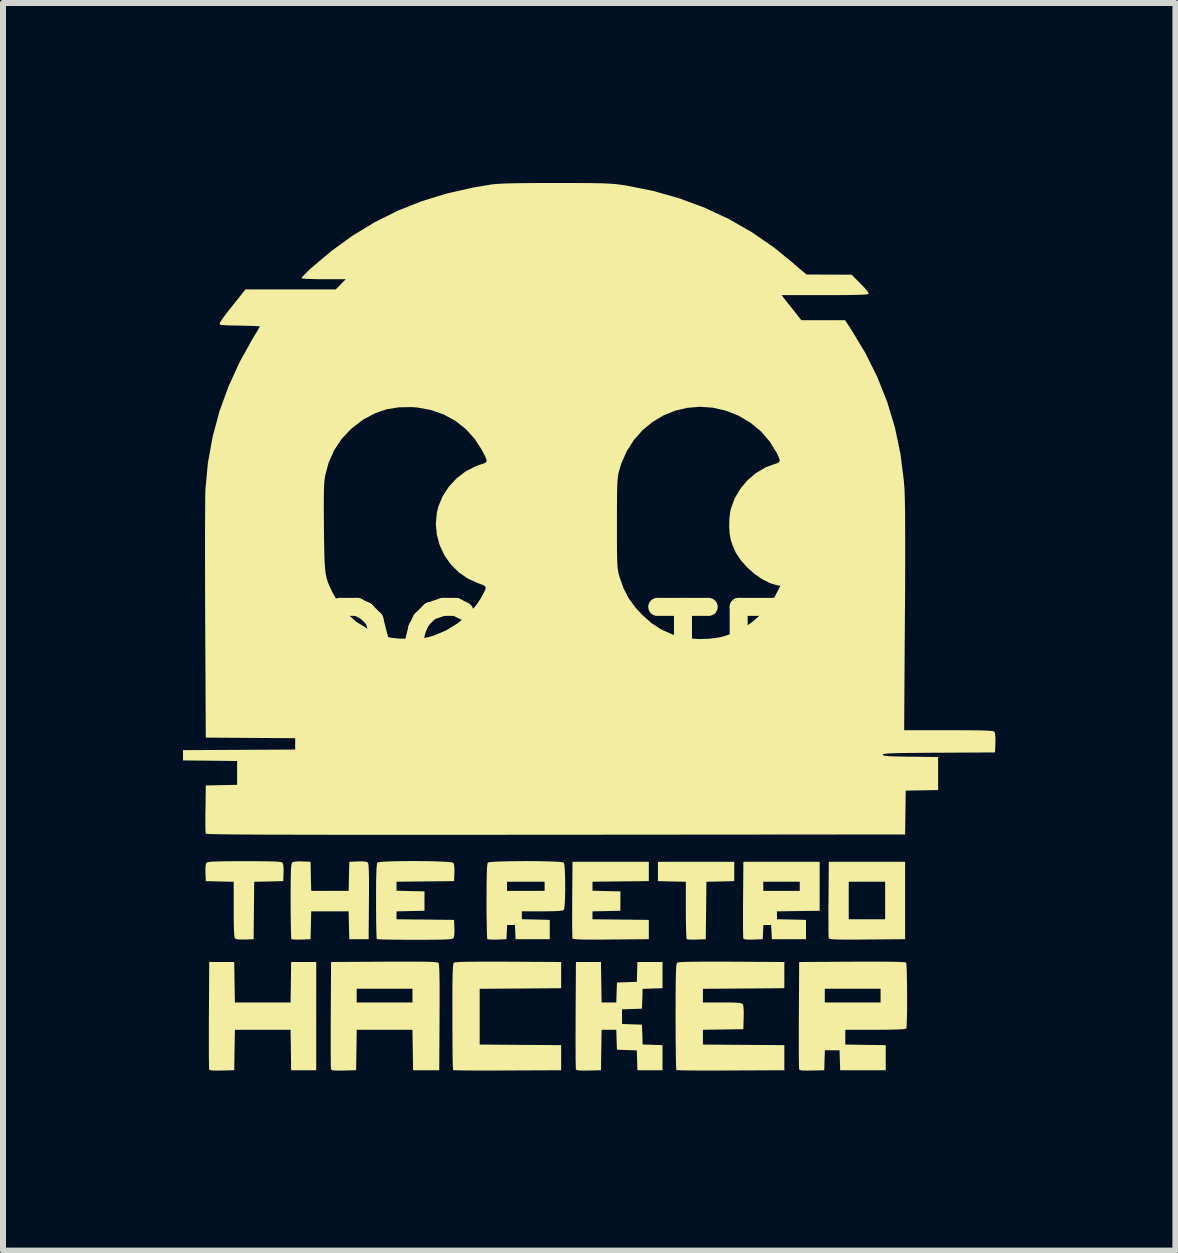
<source format=kicad_pcb>
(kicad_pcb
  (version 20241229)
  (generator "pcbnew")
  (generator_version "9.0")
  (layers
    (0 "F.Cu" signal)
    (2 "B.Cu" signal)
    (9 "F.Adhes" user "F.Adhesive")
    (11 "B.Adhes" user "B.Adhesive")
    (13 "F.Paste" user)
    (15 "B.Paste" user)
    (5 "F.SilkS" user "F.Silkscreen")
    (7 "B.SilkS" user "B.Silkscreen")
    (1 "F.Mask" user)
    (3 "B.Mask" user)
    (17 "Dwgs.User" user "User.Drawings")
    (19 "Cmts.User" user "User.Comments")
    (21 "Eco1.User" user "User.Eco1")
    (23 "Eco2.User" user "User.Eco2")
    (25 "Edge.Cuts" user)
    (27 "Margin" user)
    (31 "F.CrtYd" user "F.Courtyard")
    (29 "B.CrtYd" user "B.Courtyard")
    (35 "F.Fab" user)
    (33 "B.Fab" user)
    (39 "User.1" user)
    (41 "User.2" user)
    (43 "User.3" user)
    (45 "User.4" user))
  (footprint "LOGO_TRH"
    (layer "F.Cu")
    (at 6.369 7.887)
    (property "Reference" "LOGO_TRH" (at 0 0 0) (layer "F.SilkS") (effects (font (size 1.5 1.5) (thickness 0.3))))
    (attr board_only exclude_from_pos_files exclude_from_bom)
    (fp_poly (pts (xy 2.819 3.588) (xy 2.819 3.749) (xy 2.587 3.755) (xy 2.355 3.76) (xy 2.35 4.239) (xy 2.344 4.717) (xy 2.192 4.723) (xy 2.119 4.724) (xy 2.061 4.722) (xy 2.029 4.717) (xy 2.026 4.715) (xy 2.022 4.693) (xy 2.019 4.638) (xy 2.016 4.556) (xy 2.014 4.452) (xy 2.013 4.332) (xy 2.012 4.231) (xy 2.012 3.76) (xy 1.78 3.755) (xy 1.547 3.749) (xy 1.547 3.588) (xy 1.547 3.427) (xy 2.183 3.427) (xy 2.819 3.427)) (stroke (width 0) (type solid)) (fill yes) (layer "F.SilkS"))
    (fp_poly (pts (xy 5.667 4.072) (xy 5.667 4.717) (xy 5.035 4.722) (xy 4.856 4.724) (xy 4.711 4.724) (xy 4.599 4.723) (xy 4.514 4.721) (xy 4.454 4.718) (xy 4.417 4.713) (xy 4.398 4.707) (xy 4.394 4.703) (xy 4.392 4.679) (xy 4.39 4.622) (xy 4.389 4.535) (xy 4.389 4.425) (xy 4.388 4.296) (xy 4.389 4.152) (xy 4.39 4.072) (xy 4.727 4.072) (xy 4.727 4.385) (xy 5.031 4.385) (xy 5.334 4.385) (xy 5.334 4.072) (xy 5.334 3.759) (xy 5.031 3.759) (xy 4.727 3.759) (xy 4.727 4.072) (xy 4.39 4.072) (xy 4.39 4.053) (xy 4.395 3.427) (xy 5.031 3.427) (xy 5.667 3.427)) (stroke (width 0) (type solid)) (fill yes) (layer "F.SilkS"))
    (fp_poly (pts (xy -5.51 5.434) (xy -5.504 5.771) (xy -5.04 5.771) (xy -4.576 5.771) (xy -4.571 5.434) (xy -4.566 5.097) (xy -4.357 5.097) (xy -4.148 5.097) (xy -4.148 5.999) (xy -4.148 6.901) (xy -4.357 6.901) (xy -4.566 6.901) (xy -4.571 6.564) (xy -4.576 6.227) (xy -5.04 6.227) (xy -5.504 6.227) (xy -5.51 6.564) (xy -5.515 6.901) (xy -5.719 6.906) (xy -5.817 6.907) (xy -5.882 6.905) (xy -5.919 6.898) (xy -5.933 6.887) (xy -5.935 6.864) (xy -5.936 6.806) (xy -5.937 6.718) (xy -5.938 6.604) (xy -5.938 6.467) (xy -5.938 6.312) (xy -5.938 6.142) (xy -5.937 5.98) (xy -5.932 5.097) (xy -5.724 5.097) (xy -5.515 5.097)) (stroke (width 0) (type solid)) (fill yes) (layer "F.SilkS"))
    (fp_poly (pts (xy 1.395 3.588) (xy 1.395 3.749) (xy 0.925 3.754) (xy 0.456 3.759) (xy 0.456 3.834) (xy 0.456 3.909) (xy 0.688 3.915) (xy 0.921 3.92) (xy 0.921 4.081) (xy 0.921 4.243) (xy 0.688 4.248) (xy 0.456 4.253) (xy 0.456 4.319) (xy 0.456 4.385) (xy 0.925 4.39) (xy 1.395 4.395) (xy 1.395 4.556) (xy 1.395 4.717) (xy 0.764 4.722) (xy 0.584 4.724) (xy 0.44 4.724) (xy 0.327 4.723) (xy 0.243 4.721) (xy 0.183 4.718) (xy 0.145 4.713) (xy 0.126 4.707) (xy 0.123 4.703) (xy 0.121 4.679) (xy 0.119 4.622) (xy 0.118 4.535) (xy 0.117 4.425) (xy 0.117 4.296) (xy 0.118 4.152) (xy 0.118 4.053) (xy 0.123 3.427) (xy 0.759 3.427) (xy 1.395 3.427)) (stroke (width 0) (type solid)) (fill yes) (layer "F.SilkS"))
    (fp_poly (pts (xy -5.17 3.417) (xy -5.03 3.418) (xy -4.922 3.42) (xy -4.84 3.422) (xy -4.781 3.426) (xy -4.742 3.431) (xy -4.719 3.437) (xy -4.709 3.444) (xy -4.697 3.48) (xy -4.692 3.546) (xy -4.693 3.61) (xy -4.698 3.749) (xy -4.94 3.755) (xy -5.182 3.76) (xy -5.187 4.239) (xy -5.192 4.717) (xy -5.335 4.723) (xy -5.428 4.723) (xy -5.485 4.714) (xy -5.501 4.705) (xy -5.509 4.686) (xy -5.515 4.644) (xy -5.519 4.577) (xy -5.522 4.481) (xy -5.524 4.353) (xy -5.524 4.221) (xy -5.524 3.76) (xy -5.757 3.755) (xy -5.989 3.749) (xy -5.995 3.61) (xy -5.995 3.525) (xy -5.988 3.467) (xy -5.978 3.444) (xy -5.966 3.436) (xy -5.941 3.43) (xy -5.899 3.425) (xy -5.838 3.422) (xy -5.752 3.42) (xy -5.639 3.418) (xy -5.494 3.417) (xy -5.344 3.417)) (stroke (width 0) (type solid)) (fill yes) (layer "F.SilkS"))
    (fp_poly (pts (xy 4.243 3.835) (xy 4.243 4.243) (xy 3.887 4.248) (xy 3.531 4.253) (xy 3.531 4.319) (xy 3.531 4.384) (xy 3.773 4.389) (xy 4.015 4.395) (xy 4.015 4.556) (xy 4.015 4.717) (xy 3.73 4.717) (xy 3.446 4.717) (xy 3.44 4.599) (xy 3.434 4.48) (xy 3.37 4.48) (xy 3.305 4.48) (xy 3.299 4.599) (xy 3.294 4.717) (xy 3.137 4.723) (xy 3.052 4.724) (xy 2.999 4.72) (xy 2.974 4.709) (xy 2.97 4.704) (xy 2.968 4.679) (xy 2.967 4.622) (xy 2.965 4.536) (xy 2.965 4.425) (xy 2.965 4.296) (xy 2.965 4.151) (xy 2.966 4.053) (xy 2.968 3.835) (xy 3.303 3.835) (xy 3.303 3.911) (xy 3.607 3.911) (xy 3.911 3.911) (xy 3.911 3.835) (xy 3.911 3.759) (xy 3.607 3.759) (xy 3.303 3.759) (xy 3.303 3.835) (xy 2.968 3.835) (xy 2.971 3.427) (xy 3.607 3.427) (xy 4.243 3.427)) (stroke (width 0) (type solid)) (fill yes) (layer "F.SilkS"))
    (fp_poly (pts (xy -1.123 5.091) (xy -0.947 5.092) (xy -0.066 5.097) (xy -0.066 5.315) (xy -0.066 5.534) (xy -0.745 5.539) (xy -1.424 5.544) (xy -1.424 6.008) (xy -1.424 6.473) (xy -0.745 6.478) (xy -0.066 6.483) (xy -0.066 6.692) (xy -0.066 6.901) (xy -0.96 6.905) (xy -1.141 6.906) (xy -1.31 6.906) (xy -1.463 6.906) (xy -1.597 6.905) (xy -1.709 6.904) (xy -1.793 6.902) (xy -1.847 6.9) (xy -1.867 6.898) (xy -1.869 6.877) (xy -1.872 6.821) (xy -1.874 6.736) (xy -1.876 6.624) (xy -1.877 6.489) (xy -1.878 6.335) (xy -1.879 6.166) (xy -1.879 6.007) (xy -1.879 5.796) (xy -1.879 5.619) (xy -1.878 5.475) (xy -1.876 5.359) (xy -1.874 5.27) (xy -1.87 5.203) (xy -1.867 5.156) (xy -1.862 5.127) (xy -1.856 5.111) (xy -1.853 5.109) (xy -1.834 5.103) (xy -1.79 5.099) (xy -1.718 5.095) (xy -1.617 5.093) (xy -1.486 5.092) (xy -1.322 5.091)) (stroke (width 0) (type solid)) (fill yes) (layer "F.SilkS"))
    (fp_poly (pts (xy -4.382 3.421) (xy -4.243 3.427) (xy -4.238 3.669) (xy -4.232 3.911) (xy -3.92 3.911) (xy -3.608 3.911) (xy -3.603 3.669) (xy -3.597 3.427) (xy -3.453 3.421) (xy -3.37 3.42) (xy -3.318 3.426) (xy -3.289 3.439) (xy -3.287 3.442) (xy -3.28 3.462) (xy -3.275 3.506) (xy -3.272 3.576) (xy -3.269 3.676) (xy -3.269 3.806) (xy -3.269 3.971) (xy -3.27 4.093) (xy -3.275 4.717) (xy -3.436 4.717) (xy -3.597 4.717) (xy -3.603 4.485) (xy -3.608 4.252) (xy -3.92 4.252) (xy -4.232 4.252) (xy -4.237 4.485) (xy -4.243 4.717) (xy -4.396 4.723) (xy -4.468 4.724) (xy -4.526 4.722) (xy -4.559 4.717) (xy -4.562 4.715) (xy -4.565 4.693) (xy -4.568 4.638) (xy -4.57 4.555) (xy -4.572 4.447) (xy -4.574 4.319) (xy -4.575 4.176) (xy -4.575 4.081) (xy -4.575 3.905) (xy -4.574 3.765) (xy -4.572 3.654) (xy -4.57 3.571) (xy -4.566 3.512) (xy -4.561 3.472) (xy -4.555 3.448) (xy -4.548 3.437) (xy -4.513 3.425) (xy -4.446 3.42)) (stroke (width 0) (type solid)) (fill yes) (layer "F.SilkS"))
    (fp_poly (pts (xy -2.482 5.091) (xy -2.366 5.092) (xy -2.276 5.094) (xy -2.209 5.096) (xy -2.161 5.1) (xy -2.131 5.104) (xy -2.114 5.11) (xy -2.109 5.113) (xy -2.104 5.132) (xy -2.1 5.176) (xy -2.096 5.245) (xy -2.094 5.344) (xy -2.092 5.472) (xy -2.092 5.634) (xy -2.092 5.829) (xy -2.093 6.02) (xy -2.098 6.901) (xy -2.316 6.901) (xy -2.534 6.901) (xy -2.539 6.564) (xy -2.545 6.227) (xy -3.009 6.227) (xy -3.473 6.227) (xy -3.478 6.564) (xy -3.483 6.901) (xy -3.688 6.906) (xy -3.786 6.907) (xy -3.85 6.905) (xy -3.887 6.898) (xy -3.902 6.887) (xy -3.903 6.864) (xy -3.905 6.806) (xy -3.906 6.718) (xy -3.907 6.604) (xy -3.907 6.467) (xy -3.907 6.312) (xy -3.907 6.142) (xy -3.906 5.98) (xy -3.904 5.657) (xy -3.474 5.657) (xy -3.474 5.771) (xy -3.009 5.771) (xy -2.544 5.771) (xy -2.544 5.657) (xy -2.544 5.543) (xy -3.009 5.543) (xy -3.474 5.543) (xy -3.474 5.657) (xy -3.904 5.657) (xy -3.901 5.097) (xy -3.016 5.092) (xy -2.804 5.091) (xy -2.627 5.091)) (stroke (width 0) (type solid)) (fill yes) (layer "F.SilkS"))
    (fp_poly (pts (xy 0.603 5.434) (xy 0.608 5.771) (xy 0.731 5.771) (xy 0.853 5.771) (xy 0.858 5.605) (xy 0.864 5.439) (xy 1.029 5.433) (xy 1.195 5.428) (xy 1.2 5.262) (xy 1.205 5.097) (xy 1.414 5.097) (xy 1.623 5.097) (xy 1.623 5.315) (xy 1.623 5.534) (xy 1.458 5.539) (xy 1.292 5.545) (xy 1.287 5.71) (xy 1.281 5.875) (xy 1.115 5.881) (xy 0.949 5.886) (xy 0.949 6.008) (xy 0.949 6.13) (xy 1.115 6.136) (xy 1.281 6.141) (xy 1.287 6.307) (xy 1.292 6.472) (xy 1.458 6.477) (xy 1.623 6.483) (xy 1.623 6.692) (xy 1.623 6.901) (xy 1.414 6.901) (xy 1.205 6.901) (xy 1.2 6.735) (xy 1.195 6.57) (xy 1.029 6.564) (xy 0.864 6.559) (xy 0.858 6.393) (xy 0.853 6.227) (xy 0.731 6.227) (xy 0.608 6.227) (xy 0.603 6.564) (xy 0.598 6.901) (xy 0.394 6.906) (xy 0.296 6.907) (xy 0.231 6.905) (xy 0.194 6.898) (xy 0.18 6.887) (xy 0.178 6.864) (xy 0.177 6.806) (xy 0.175 6.718) (xy 0.175 6.604) (xy 0.174 6.467) (xy 0.174 6.312) (xy 0.175 6.142) (xy 0.175 5.98) (xy 0.18 5.097) (xy 0.389 5.097) (xy 0.598 5.097)) (stroke (width 0) (type solid)) (fill yes) (layer "F.SilkS"))
    (fp_poly (pts (xy 2.598 5.091) (xy 2.774 5.092) (xy 3.654 5.097) (xy 3.654 5.315) (xy 3.654 5.534) (xy 2.976 5.539) (xy 2.297 5.544) (xy 2.297 5.657) (xy 2.297 5.771) (xy 2.617 5.771) (xy 2.742 5.772) (xy 2.833 5.774) (xy 2.896 5.778) (xy 2.935 5.785) (xy 2.956 5.794) (xy 2.96 5.798) (xy 2.971 5.833) (xy 2.977 5.904) (xy 2.977 6.01) (xy 2.976 6.021) (xy 2.971 6.217) (xy 2.634 6.222) (xy 2.297 6.227) (xy 2.297 6.35) (xy 2.297 6.473) (xy 2.976 6.478) (xy 3.654 6.483) (xy 3.654 6.692) (xy 3.654 6.901) (xy 2.761 6.905) (xy 2.58 6.906) (xy 2.411 6.906) (xy 2.258 6.906) (xy 2.123 6.905) (xy 2.012 6.904) (xy 1.928 6.902) (xy 1.874 6.9) (xy 1.854 6.898) (xy 1.852 6.877) (xy 1.849 6.821) (xy 1.847 6.736) (xy 1.845 6.624) (xy 1.844 6.489) (xy 1.842 6.335) (xy 1.842 6.166) (xy 1.841 6.007) (xy 1.842 5.796) (xy 1.842 5.619) (xy 1.843 5.475) (xy 1.845 5.359) (xy 1.847 5.27) (xy 1.85 5.203) (xy 1.854 5.156) (xy 1.859 5.127) (xy 1.865 5.111) (xy 1.867 5.109) (xy 1.887 5.103) (xy 1.931 5.099) (xy 2.003 5.095) (xy 2.103 5.093) (xy 2.235 5.092) (xy 2.399 5.091)) (stroke (width 0) (type solid)) (fill yes) (layer "F.SilkS"))
    (fp_poly (pts (xy -2.466 3.415) (xy -2.332 3.416) (xy -2.204 3.418) (xy -2.089 3.422) (xy -1.991 3.427) (xy -1.917 3.432) (xy -1.873 3.439) (xy -1.862 3.444) (xy -1.85 3.48) (xy -1.845 3.546) (xy -1.845 3.61) (xy -1.851 3.749) (xy -2.33 3.754) (xy -2.81 3.759) (xy -2.81 3.834) (xy -2.81 3.909) (xy -2.577 3.915) (xy -2.344 3.92) (xy -2.344 4.081) (xy -2.344 4.243) (xy -2.577 4.248) (xy -2.81 4.253) (xy -2.81 4.319) (xy -2.81 4.385) (xy -2.33 4.39) (xy -1.851 4.395) (xy -1.845 4.534) (xy -1.845 4.619) (xy -1.852 4.677) (xy -1.862 4.7) (xy -1.874 4.708) (xy -1.899 4.714) (xy -1.94 4.718) (xy -2.002 4.722) (xy -2.087 4.724) (xy -2.2 4.726) (xy -2.343 4.727) (xy -2.505 4.727) (xy -2.655 4.727) (xy -2.793 4.725) (xy -2.913 4.724) (xy -3.013 4.722) (xy -3.086 4.719) (xy -3.129 4.716) (xy -3.139 4.714) (xy -3.142 4.693) (xy -3.144 4.638) (xy -3.147 4.555) (xy -3.149 4.447) (xy -3.15 4.319) (xy -3.151 4.176) (xy -3.151 4.082) (xy -3.151 3.897) (xy -3.15 3.748) (xy -3.147 3.632) (xy -3.144 3.545) (xy -3.139 3.486) (xy -3.134 3.451) (xy -3.128 3.44) (xy -3.103 3.433) (xy -3.045 3.426) (xy -2.96 3.422) (xy -2.854 3.418) (xy -2.733 3.416) (xy -2.602 3.415)) (stroke (width 0) (type solid)) (fill yes) (layer "F.SilkS"))
    (fp_poly (pts (xy 5.202 5.091) (xy 5.366 5.092) (xy 5.497 5.094) (xy 5.595 5.097) (xy 5.657 5.101) (xy 5.683 5.106) (xy 5.683 5.106) (xy 5.688 5.129) (xy 5.692 5.184) (xy 5.695 5.265) (xy 5.697 5.366) (xy 5.699 5.482) (xy 5.7 5.605) (xy 5.7 5.732) (xy 5.7 5.854) (xy 5.699 5.968) (xy 5.696 6.065) (xy 5.693 6.142) (xy 5.69 6.191) (xy 5.686 6.206) (xy 5.662 6.214) (xy 5.601 6.219) (xy 5.501 6.223) (xy 5.364 6.226) (xy 5.188 6.227) (xy 5.172 6.227) (xy 4.67 6.227) (xy 4.67 6.35) (xy 4.67 6.473) (xy 5.007 6.478) (xy 5.344 6.483) (xy 5.344 6.692) (xy 5.344 6.901) (xy 4.964 6.901) (xy 4.585 6.901) (xy 4.579 6.734) (xy 4.574 6.568) (xy 4.452 6.568) (xy 4.33 6.568) (xy 4.324 6.734) (xy 4.319 6.901) (xy 4.114 6.906) (xy 4.017 6.907) (xy 3.952 6.905) (xy 3.915 6.898) (xy 3.901 6.887) (xy 3.899 6.864) (xy 3.897 6.806) (xy 3.896 6.718) (xy 3.895 6.604) (xy 3.895 6.467) (xy 3.895 6.312) (xy 3.895 6.142) (xy 3.896 5.98) (xy 3.898 5.657) (xy 4.328 5.657) (xy 4.328 5.771) (xy 4.793 5.771) (xy 5.258 5.771) (xy 5.258 5.657) (xy 5.258 5.543) (xy 4.793 5.543) (xy 4.328 5.543) (xy 4.328 5.657) (xy 3.898 5.657) (xy 3.901 5.097) (xy 4.783 5.092) (xy 5.007 5.091)) (stroke (width 0) (type solid)) (fill yes) (layer "F.SilkS"))
    (fp_poly (pts (xy -0.492 3.416) (xy -0.364 3.418) (xy -0.249 3.421) (xy -0.152 3.425) (xy -0.078 3.43) (xy -0.033 3.436) (xy -0.023 3.44) (xy -0.014 3.467) (xy -0.008 3.524) (xy -0.003 3.606) (xy 0.000004 3.703) (xy 0.001 3.809) (xy 0.001 3.917) (xy -0.001 4.019) (xy -0.005 4.109) (xy -0.011 4.179) (xy -0.019 4.221) (xy -0.023 4.23) (xy -0.047 4.239) (xy -0.1 4.246) (xy -0.185 4.25) (xy -0.304 4.252) (xy -0.383 4.252) (xy -0.721 4.252) (xy -0.721 4.318) (xy -0.721 4.384) (xy -0.489 4.389) (xy -0.256 4.395) (xy -0.256 4.556) (xy -0.256 4.717) (xy -0.541 4.717) (xy -0.826 4.717) (xy -0.831 4.599) (xy -0.837 4.48) (xy -0.902 4.48) (xy -0.966 4.48) (xy -0.972 4.599) (xy -0.978 4.717) (xy -1.13 4.723) (xy -1.203 4.724) (xy -1.261 4.722) (xy -1.293 4.717) (xy -1.297 4.715) (xy -1.3 4.693) (xy -1.303 4.638) (xy -1.305 4.555) (xy -1.307 4.447) (xy -1.309 4.319) (xy -1.31 4.176) (xy -1.31 4.082) (xy -1.309 3.897) (xy -1.309 3.835) (xy -0.968 3.835) (xy -0.968 3.911) (xy -0.655 3.911) (xy -0.342 3.911) (xy -0.342 3.835) (xy -0.342 3.759) (xy -0.655 3.759) (xy -0.968 3.759) (xy -0.968 3.835) (xy -1.309 3.835) (xy -1.308 3.748) (xy -1.306 3.632) (xy -1.303 3.545) (xy -1.298 3.486) (xy -1.292 3.451) (xy -1.287 3.44) (xy -1.262 3.433) (xy -1.204 3.428) (xy -1.12 3.423) (xy -1.014 3.42) (xy -0.893 3.417) (xy -0.762 3.416) (xy -0.626 3.415)) (stroke (width 0) (type solid)) (fill yes) (layer "F.SilkS"))
    (fp_poly (pts (xy -0.152 -7.887) (xy 0.06 -7.887) (xy 0.238 -7.886) (xy 0.387 -7.886) (xy 0.51 -7.884) (xy 0.613 -7.882) (xy 0.698 -7.878) (xy 0.771 -7.874) (xy 0.836 -7.869) (xy 0.896 -7.862) (xy 0.957 -7.854) (xy 1.016 -7.845) (xy 1.467 -7.755) (xy 1.904 -7.631) (xy 2.326 -7.475) (xy 2.73 -7.286) (xy 3.115 -7.065) (xy 3.479 -6.814) (xy 3.768 -6.579) (xy 3.835 -6.521) (xy 3.9 -6.465) (xy 3.95 -6.423) (xy 3.963 -6.413) (xy 4.024 -6.362) (xy 4.399 -6.36) (xy 4.774 -6.359) (xy 4.924 -6.209) (xy 4.986 -6.145) (xy 5.032 -6.091) (xy 5.057 -6.053) (xy 5.06 -6.039) (xy 5.043 -6.033) (xy 4.997 -6.028) (xy 4.921 -6.024) (xy 4.813 -6.021) (xy 4.672 -6.019) (xy 4.496 -6.018) (xy 4.327 -6.018) (xy 3.607 -6.018) (xy 3.772 -5.809) (xy 3.938 -5.6) (xy 4.302 -5.6) (xy 4.666 -5.6) (xy 4.769 -5.444) (xy 5.006 -5.051) (xy 5.205 -4.649) (xy 5.369 -4.237) (xy 5.497 -3.812) (xy 5.589 -3.374) (xy 5.646 -2.922) (xy 5.657 -2.781) (xy 5.66 -2.701) (xy 5.663 -2.584) (xy 5.666 -2.432) (xy 5.667 -2.244) (xy 5.668 -2.023) (xy 5.668 -1.77) (xy 5.668 -1.485) (xy 5.667 -1.17) (xy 5.665 -0.826) (xy 5.663 -0.622) (xy 5.651 1.234) (xy 6.392 1.234) (xy 6.585 1.234) (xy 6.742 1.235) (xy 6.869 1.236) (xy 6.967 1.238) (xy 7.041 1.241) (xy 7.094 1.245) (xy 7.128 1.249) (xy 7.148 1.255) (xy 7.155 1.261) (xy 7.167 1.296) (xy 7.172 1.365) (xy 7.172 1.446) (xy 7.166 1.604) (xy 6.231 1.609) (xy 6.016 1.61) (xy 5.836 1.612) (xy 5.688 1.613) (xy 5.569 1.615) (xy 5.476 1.618) (xy 5.406 1.62) (xy 5.356 1.624) (xy 5.323 1.628) (xy 5.304 1.633) (xy 5.297 1.639) (xy 5.296 1.642) (xy 5.301 1.651) (xy 5.319 1.658) (xy 5.352 1.663) (xy 5.407 1.667) (xy 5.487 1.67) (xy 5.596 1.673) (xy 5.738 1.675) (xy 5.757 1.675) (xy 6.217 1.68) (xy 6.217 1.955) (xy 6.217 2.231) (xy 5.947 2.236) (xy 5.677 2.241) (xy 5.672 2.606) (xy 5.667 2.971) (xy -0.157 2.976) (xy -0.731 2.976) (xy -1.268 2.977) (xy -1.769 2.977) (xy -2.236 2.977) (xy -2.669 2.977) (xy -3.07 2.977) (xy -3.439 2.977) (xy -3.778 2.977) (xy -4.088 2.976) (xy -4.37 2.976) (xy -4.625 2.975) (xy -4.854 2.975) (xy -5.058 2.974) (xy -5.239 2.973) (xy -5.397 2.972) (xy -5.534 2.971) (xy -5.65 2.969) (xy -5.748 2.968) (xy -5.827 2.966) (xy -5.889 2.965) (xy -5.936 2.963) (xy -5.967 2.961) (xy -5.985 2.958) (xy -5.99 2.956) (xy -5.993 2.931) (xy -5.995 2.873) (xy -5.996 2.79) (xy -5.996 2.687) (xy -5.995 2.57) (xy -5.994 2.543) (xy -5.989 2.155) (xy -5.728 2.149) (xy -5.467 2.144) (xy -5.467 1.946) (xy -5.467 1.747) (xy -5.918 1.742) (xy -6.369 1.737) (xy -6.369 1.652) (xy -6.369 1.566) (xy -5.434 1.561) (xy -4.499 1.556) (xy -4.499 1.462) (xy -4.499 1.367) (xy -5.244 1.362) (xy -5.989 1.357) (xy -5.999 -0.579) (xy -6 -0.853) (xy -6.001 -1.121) (xy -6.001 -1.38) (xy -6.002 -1.627) (xy -6.002 -1.858) (xy -6.002 -2.07) (xy -6.001 -2.262) (xy -6 -2.429) (xy -5.999 -2.569) (xy -5.999 -2.596) (xy -4.022 -2.596) (xy -4.022 -2.458) (xy -4.021 -2.289) (xy -4.02 -2.152) (xy -4.018 -1.955) (xy -4.015 -1.791) (xy -4.012 -1.655) (xy -4.007 -1.545) (xy -4 -1.454) (xy -3.991 -1.379) (xy -3.978 -1.314) (xy -3.962 -1.256) (xy -3.941 -1.2) (xy -3.915 -1.141) (xy -3.884 -1.075) (xy -3.883 -1.073) (xy -3.772 -0.879) (xy -3.637 -0.713) (xy -3.476 -0.571) (xy -3.284 -0.45) (xy -3.237 -0.426) (xy -3.115 -0.37) (xy -3.004 -0.33) (xy -2.892 -0.306) (xy -2.769 -0.293) (xy -2.622 -0.291) (xy -2.572 -0.291) (xy -2.46 -0.295) (xy -2.374 -0.302) (xy -2.303 -0.312) (xy -2.236 -0.329) (xy -2.174 -0.349) (xy -1.976 -0.434) (xy -1.792 -0.548) (xy -1.627 -0.685) (xy -1.489 -0.841) (xy -1.41 -0.959) (xy -1.362 -1.044) (xy -1.332 -1.102) (xy -1.323 -1.141) (xy -1.335 -1.167) (xy -1.369 -1.187) (xy -1.427 -1.208) (xy -1.445 -1.214) (xy -1.62 -1.293) (xy -1.774 -1.399) (xy -1.905 -1.53) (xy -2.011 -1.68) (xy -2.089 -1.846) (xy -2.138 -2.023) (xy -2.155 -2.206) (xy -2.154 -2.212) (xy 0.864 -2.212) (xy 0.864 -2.024) (xy 0.864 -1.869) (xy 0.865 -1.745) (xy 0.867 -1.645) (xy 0.869 -1.566) (xy 0.873 -1.504) (xy 0.878 -1.455) (xy 0.884 -1.413) (xy 0.892 -1.376) (xy 0.903 -1.338) (xy 0.907 -1.32) (xy 0.974 -1.132) (xy 1.059 -0.966) (xy 1.17 -0.813) (xy 1.281 -0.692) (xy 1.44 -0.551) (xy 1.607 -0.443) (xy 1.788 -0.363) (xy 1.917 -0.323) (xy 2.071 -0.296) (xy 2.243 -0.285) (xy 2.417 -0.292) (xy 2.578 -0.315) (xy 2.612 -0.322) (xy 2.807 -0.385) (xy 2.98 -0.471) (xy 3.141 -0.587) (xy 3.256 -0.692) (xy 3.347 -0.787) (xy 3.416 -0.869) (xy 3.47 -0.95) (xy 3.508 -1.018) (xy 3.588 -1.173) (xy 3.525 -1.184) (xy 3.407 -1.221) (xy 3.28 -1.286) (xy 3.153 -1.374) (xy 3.038 -1.477) (xy 2.925 -1.603) (xy 2.842 -1.73) (xy 2.783 -1.869) (xy 2.759 -1.946) (xy 2.742 -2.046) (xy 2.735 -2.167) (xy 2.738 -2.293) (xy 2.752 -2.408) (xy 2.762 -2.455) (xy 2.825 -2.628) (xy 2.92 -2.79) (xy 3.041 -2.933) (xy 3.183 -3.054) (xy 3.341 -3.146) (xy 3.458 -3.191) (xy 3.526 -3.213) (xy 3.565 -3.233) (xy 3.578 -3.26) (xy 3.567 -3.302) (xy 3.537 -3.367) (xy 3.526 -3.389) (xy 3.411 -3.577) (xy 3.266 -3.745) (xy 3.094 -3.888) (xy 2.899 -4.005) (xy 2.895 -4.007) (xy 2.68 -4.092) (xy 2.462 -4.142) (xy 2.245 -4.157) (xy 2.033 -4.139) (xy 1.828 -4.09) (xy 1.634 -4.01) (xy 1.454 -3.902) (xy 1.291 -3.767) (xy 1.149 -3.606) (xy 1.029 -3.421) (xy 0.937 -3.213) (xy 0.897 -3.08) (xy 0.888 -3.042) (xy 0.881 -3) (xy 0.876 -2.949) (xy 0.871 -2.886) (xy 0.868 -2.805) (xy 0.866 -2.703) (xy 0.865 -2.576) (xy 0.864 -2.42) (xy 0.864 -2.23) (xy 0.864 -2.212) (xy -2.154 -2.212) (xy -2.138 -2.392) (xy -2.112 -2.497) (xy -2.04 -2.668) (xy -1.938 -2.825) (xy -1.809 -2.964) (xy -1.66 -3.079) (xy -1.496 -3.164) (xy -1.42 -3.192) (xy -1.361 -3.21) (xy -1.324 -3.227) (xy -1.308 -3.249) (xy -1.312 -3.284) (xy -1.335 -3.337) (xy -1.377 -3.416) (xy -1.387 -3.436) (xy -1.508 -3.624) (xy -1.656 -3.786) (xy -1.827 -3.921) (xy -2.02 -4.027) (xy -2.23 -4.102) (xy -2.455 -4.144) (xy -2.553 -4.152) (xy -2.774 -4.148) (xy -2.975 -4.115) (xy -3.163 -4.051) (xy -3.347 -3.954) (xy -3.383 -3.931) (xy -3.569 -3.787) (xy -3.725 -3.621) (xy -3.849 -3.434) (xy -3.941 -3.226) (xy -3.996 -3.024) (xy -4.004 -2.979) (xy -4.011 -2.928) (xy -4.016 -2.869) (xy -4.019 -2.797) (xy -4.021 -2.707) (xy -4.022 -2.596) (xy -5.999 -2.596) (xy -5.998 -2.678) (xy -5.996 -2.755) (xy -5.995 -2.781) (xy -5.954 -3.22) (xy -5.876 -3.653) (xy -5.762 -4.079) (xy -5.61 -4.498) (xy -5.423 -4.906) (xy -5.213 -5.284) (xy -5.166 -5.362) (xy -5.126 -5.428) (xy -5.099 -5.475) (xy -5.088 -5.496) (xy -5.088 -5.497) (xy -5.106 -5.5) (xy -5.155 -5.502) (xy -5.231 -5.505) (xy -5.327 -5.508) (xy -5.425 -5.51) (xy -5.546 -5.512) (xy -5.635 -5.514) (xy -5.695 -5.518) (xy -5.733 -5.523) (xy -5.753 -5.531) (xy -5.759 -5.541) (xy -5.759 -5.545) (xy -5.747 -5.57) (xy -5.715 -5.618) (xy -5.666 -5.685) (xy -5.605 -5.765) (xy -5.542 -5.844) (xy -5.328 -6.113) (xy -4.576 -6.113) (xy -3.824 -6.113) (xy -3.74 -6.198) (xy -3.656 -6.284) (xy -4.019 -6.284) (xy -4.133 -6.284) (xy -4.233 -6.287) (xy -4.314 -6.29) (xy -4.369 -6.294) (xy -4.392 -6.299) (xy -4.393 -6.299) (xy -4.383 -6.318) (xy -4.351 -6.355) (xy -4.3 -6.406) (xy -4.247 -6.457) (xy -3.9 -6.75) (xy -3.544 -7.008) (xy -3.176 -7.232) (xy -2.793 -7.423) (xy -2.392 -7.583) (xy -1.972 -7.712) (xy -1.53 -7.812) (xy -1.224 -7.863) (xy -1.162 -7.87) (xy -1.075 -7.875) (xy -0.961 -7.88) (xy -0.818 -7.883) (xy -0.644 -7.885) (xy -0.436 -7.887) (xy -0.193 -7.887)) (stroke (width 0) (type solid)) (fill yes) (layer "F.SilkS")))
  (gr_rect
    (start -3 -3)
    (end 16.541 17.794)
    (stroke (width 0.1) (type default))
    (fill no)
    (layer "Edge.Cuts")))
</source>
